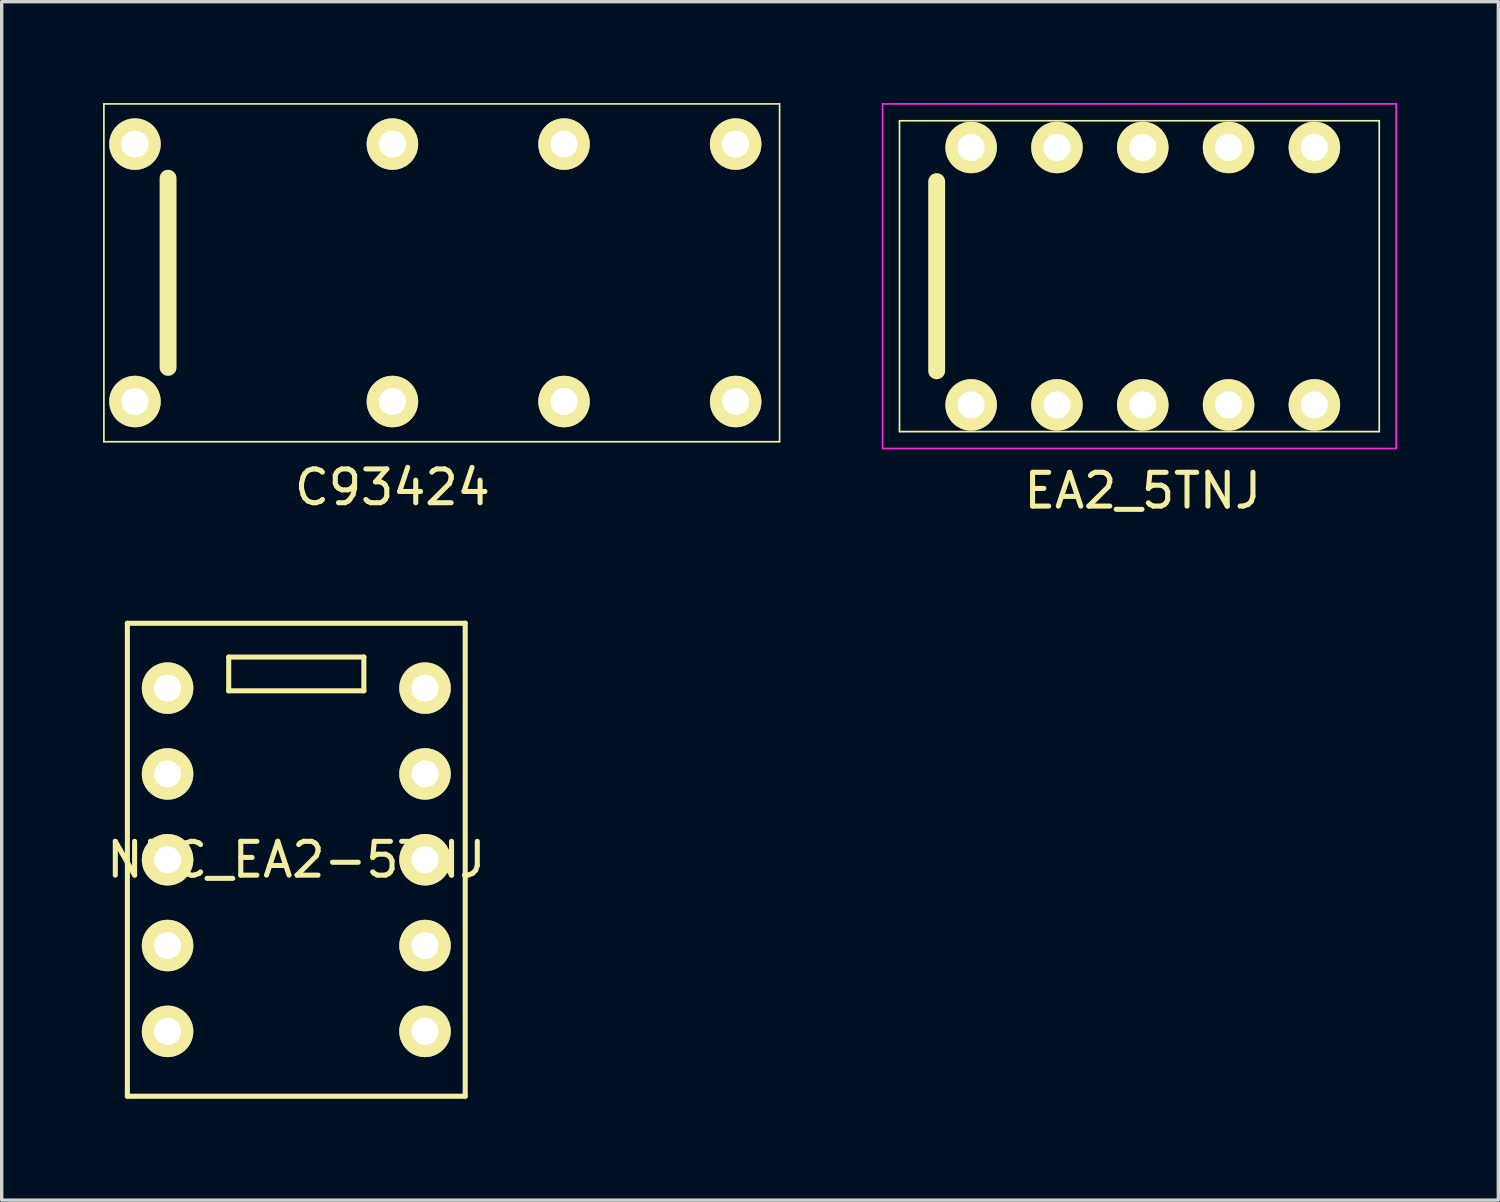
<source format=kicad_pcb>
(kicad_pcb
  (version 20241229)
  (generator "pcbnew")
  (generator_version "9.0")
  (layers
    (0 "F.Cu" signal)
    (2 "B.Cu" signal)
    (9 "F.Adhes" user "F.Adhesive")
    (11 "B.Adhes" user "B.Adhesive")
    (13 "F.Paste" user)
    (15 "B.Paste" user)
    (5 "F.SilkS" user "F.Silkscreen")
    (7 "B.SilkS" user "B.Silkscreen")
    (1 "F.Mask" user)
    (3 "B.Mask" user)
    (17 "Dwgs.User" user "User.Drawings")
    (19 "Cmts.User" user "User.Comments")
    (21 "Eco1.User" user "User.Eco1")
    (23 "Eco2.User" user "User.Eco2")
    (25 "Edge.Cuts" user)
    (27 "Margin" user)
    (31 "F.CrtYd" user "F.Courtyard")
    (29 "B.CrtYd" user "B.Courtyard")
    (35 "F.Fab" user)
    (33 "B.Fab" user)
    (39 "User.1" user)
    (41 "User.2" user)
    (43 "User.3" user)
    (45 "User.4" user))
  (footprint "NEC_EA2-5TNJ"
    (layer "F.Cu")
    (at 5.72 22.398)
    (property "Reference" "NEC_EA2-5TNJ" (at 0 0 0) (layer "F.SilkS") (effects (font (size 1 1) (thickness 0.15))))
    (attr through_hole)
    (fp_line (start -5 -7) (end -5 7) (stroke (width 0.15) (type solid)) (layer "F.SilkS"))
    (fp_line (start -5 -7) (end 5 -7) (stroke (width 0.15) (type solid)) (layer "F.SilkS"))
    (fp_line (start -2 -6) (end -2 -5) (stroke (width 0.15) (type solid)) (layer "F.SilkS"))
    (fp_line (start -2 -5) (end 2 -5) (stroke (width 0.15) (type solid)) (layer "F.SilkS"))
    (fp_line (start 2 -6) (end -2 -6) (stroke (width 0.15) (type solid)) (layer "F.SilkS"))
    (fp_line (start 2 -5) (end 2 -6) (stroke (width 0.15) (type solid)) (layer "F.SilkS"))
    (fp_line (start 5 7) (end -5 7) (stroke (width 0.15) (type solid)) (layer "F.SilkS"))
    (fp_line (start 5 7) (end 5 -7) (stroke (width 0.15) (type solid)) (layer "F.SilkS"))
    (pad "1" thru_hole circle (at -3.81 -5.08) (size 1.524 1.524) (drill 0.8) (layers "*.Cu" "*.Mask" "F.SilkS"))
    (pad "2" thru_hole circle (at -3.81 -2.54) (size 1.524 1.524) (drill 0.8) (layers "*.Cu" "*.Mask" "F.SilkS"))
    (pad "3" thru_hole circle (at -3.81 0) (size 1.524 1.524) (drill 0.8) (layers "*.Cu" "*.Mask" "F.SilkS"))
    (pad "4" thru_hole circle (at -3.81 2.54) (size 1.524 1.524) (drill 0.8) (layers "*.Cu" "*.Mask" "F.SilkS"))
    (pad "5" thru_hole circle (at -3.81 5.08) (size 1.524 1.524) (drill 0.8) (layers "*.Cu" "*.Mask" "F.SilkS"))
    (pad "6" thru_hole circle (at 3.81 5.08) (size 1.524 1.524) (drill 0.8) (layers "*.Cu" "*.Mask" "F.SilkS"))
    (pad "7" thru_hole circle (at 3.81 2.54) (size 1.524 1.524) (drill 0.8) (layers "*.Cu" "*.Mask" "F.SilkS"))
    (pad "8" thru_hole circle (at 3.81 0) (size 1.524 1.524) (drill 0.8) (layers "*.Cu" "*.Mask" "F.SilkS"))
    (pad "9" thru_hole circle (at 3.81 -2.54) (size 1.524 1.524) (drill 0.8) (layers "*.Cu" "*.Mask" "F.SilkS"))
    (pad "10" thru_hole circle (at 3.81 -5.08) (size 1.524 1.524) (drill 0.8) (layers "*.Cu" "*.Mask" "F.SilkS")))
  (footprint "EA2_5TNJ"
    (layer "F.Cu")
    (at 30.775 5.125)
    (property "Reference" "EA2_5TNJ" (at 0 6.35 0) (layer "F.SilkS") (effects (font (size 1 1) (thickness 0.15))))
    (attr through_hole)
    (fp_line (start -7.2 -4.6) (end 7 -4.6) (stroke (width 0.05) (type solid)) (layer "F.SilkS"))
    (fp_line (start -7.2 4.6) (end -7.2 -4.6) (stroke (width 0.05) (type solid)) (layer "F.SilkS"))
    (fp_line (start -7.2 4.6) (end 7 4.6) (stroke (width 0.05) (type solid)) (layer "F.SilkS"))
    (fp_line (start -6.1 -2.8) (end -6.1 2.8) (stroke (width 0.5) (type solid)) (layer "F.SilkS"))
    (fp_line (start 7 -4.6) (end 7 4.6) (stroke (width 0.05) (type solid)) (layer "F.SilkS"))
    (fp_line (start -7.7 -5.1) (end -7.7 5.1) (stroke (width 0.05) (type solid)) (layer "F.CrtYd"))
    (fp_line (start -7.7 5.1) (end 7.5 5.1) (stroke (width 0.05) (type solid)) (layer "F.CrtYd"))
    (fp_line (start 7.5 -5.1) (end -7.7 -5.1) (stroke (width 0.05) (type solid)) (layer "F.CrtYd"))
    (fp_line (start 7.5 5.1) (end 7.5 -5.1) (stroke (width 0.05) (type solid)) (layer "F.CrtYd"))
    (pad "1" thru_hole circle (at -5.08 3.81) (size 1.524 1.524) (drill 0.8) (layers "*.Cu" "*.Mask" "F.SilkS"))
    (pad "2" thru_hole circle (at -2.54 3.81) (size 1.524 1.524) (drill 0.8) (layers "*.Cu" "*.Mask" "F.SilkS"))
    (pad "3" thru_hole circle (at 0 3.81) (size 1.524 1.524) (drill 0.8) (layers "*.Cu" "*.Mask" "F.SilkS"))
    (pad "4" thru_hole circle (at 2.54 3.81) (size 1.524 1.524) (drill 0.8) (layers "*.Cu" "*.Mask" "F.SilkS"))
    (pad "5" thru_hole circle (at 5.08 3.81) (size 1.524 1.524) (drill 0.8) (layers "*.Cu" "*.Mask" "F.SilkS"))
    (pad "6" thru_hole circle (at 5.08 -3.81) (size 1.524 1.524) (drill 0.8) (layers "*.Cu" "*.Mask" "F.SilkS"))
    (pad "7" thru_hole circle (at 2.54 -3.81) (size 1.524 1.524) (drill 0.8) (layers "*.Cu" "*.Mask" "F.SilkS"))
    (pad "8" thru_hole circle (at 0 -3.81) (size 1.524 1.524) (drill 0.8) (layers "*.Cu" "*.Mask" "F.SilkS"))
    (pad "9" thru_hole circle (at -2.54 -3.81) (size 1.524 1.524) (drill 0.8) (layers "*.Cu" "*.Mask" "F.SilkS"))
    (pad "10" thru_hole circle (at -5.08 -3.81) (size 1.524 1.524) (drill 0.8) (layers "*.Cu" "*.Mask" "F.SilkS")))
  (footprint "C93424"
    (layer "F.Cu")
    (at 8.565 5.025)
    (property "Reference" "C93424" (at 0 6.35 0) (layer "F.SilkS") (effects (font (size 1 1) (thickness 0.15))))
    (attr through_hole)
    (fp_line (start -8.54 -5) (end -8.54 5) (stroke (width 0.05) (type solid)) (layer "F.SilkS"))
    (fp_line (start -8.54 -5) (end 11.46 -5) (stroke (width 0.05) (type solid)) (layer "F.SilkS"))
    (fp_line (start -6.64 -2.8) (end -6.64 2.8) (stroke (width 0.5) (type solid)) (layer "F.SilkS"))
    (fp_line (start 11.46 -5) (end 11.46 5) (stroke (width 0.05) (type solid)) (layer "F.SilkS"))
    (fp_line (start 11.46 5) (end -8.54 5) (stroke (width 0.05) (type solid)) (layer "F.SilkS"))
    (pad "1" thru_hole circle (at -7.62 3.81) (size 1.524 1.524) (drill 0.8) (layers "*.Cu" "*.Mask" "F.SilkS"))
    (pad "4" thru_hole circle (at 0 3.81) (size 1.524 1.524) (drill 0.8) (layers "*.Cu" "*.Mask" "F.SilkS"))
    (pad "6" thru_hole circle (at 5.08 3.81) (size 1.524 1.524) (drill 0.8) (layers "*.Cu" "*.Mask" "F.SilkS"))
    (pad "8" thru_hole circle (at 10.16 3.81) (size 1.524 1.524) (drill 0.8) (layers "*.Cu" "*.Mask" "F.SilkS"))
    (pad "9" thru_hole circle (at 10.16 -3.81) (size 1.524 1.524) (drill 0.8) (layers "*.Cu" "*.Mask" "F.SilkS"))
    (pad "11" thru_hole circle (at 5.08 -3.81) (size 1.524 1.524) (drill 0.8) (layers "*.Cu" "*.Mask" "F.SilkS"))
    (pad "13" thru_hole circle (at 0 -3.81) (size 1.524 1.524) (drill 0.8) (layers "*.Cu" "*.Mask" "F.SilkS"))
    (pad "16" thru_hole circle (at -7.62 -3.81) (size 1.524 1.524) (drill 0.8) (layers "*.Cu" "*.Mask" "F.SilkS")))
  (gr_rect
    (start -3 -3)
    (end 41.3 32.473)
    (stroke (width 0.1) (type default))
    (fill no)
    (layer "Edge.Cuts")))
</source>
